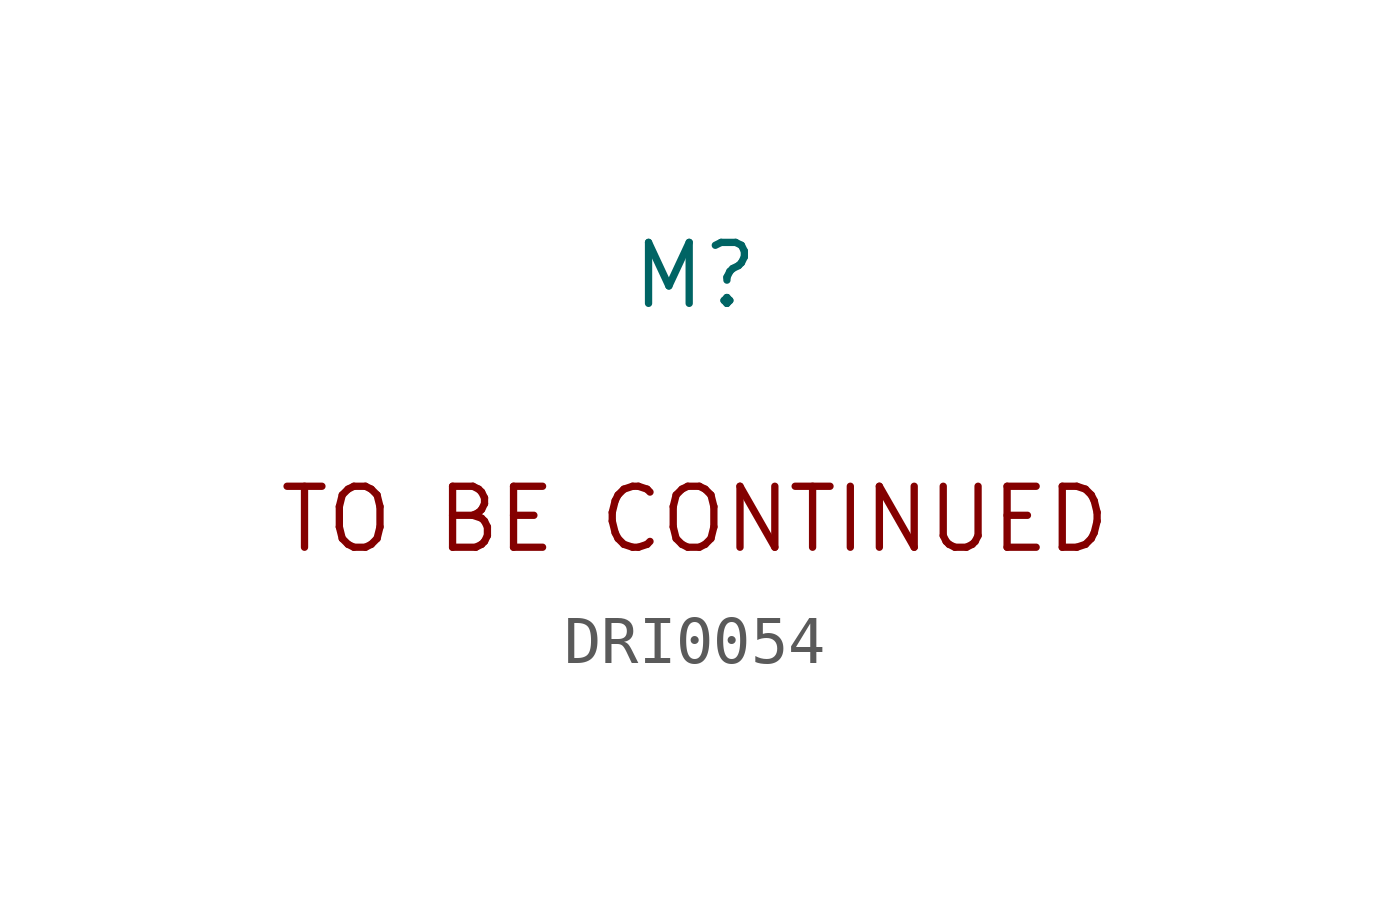
<source format=kicad_sym>
(kicad_symbol_lib
  (version 20241209)
  (generator "kicad_symbol_editor")
  (generator_version "9.0")
  (symbol "DRI0054"
    (property "Reference" "M"
      (at 0 0 0)
      (effects (font (size 1.27 1.27))))
    (property "Value" ""
      (at 0 0 0)
      (effects (font (size 1.27 1.27))))
    (symbol "DRI0054_1_1"
      (text "TO BE CONTINUED" (at 0 -5.08 0) (effects (font (size 1.27 1.27)))))))
</source>
